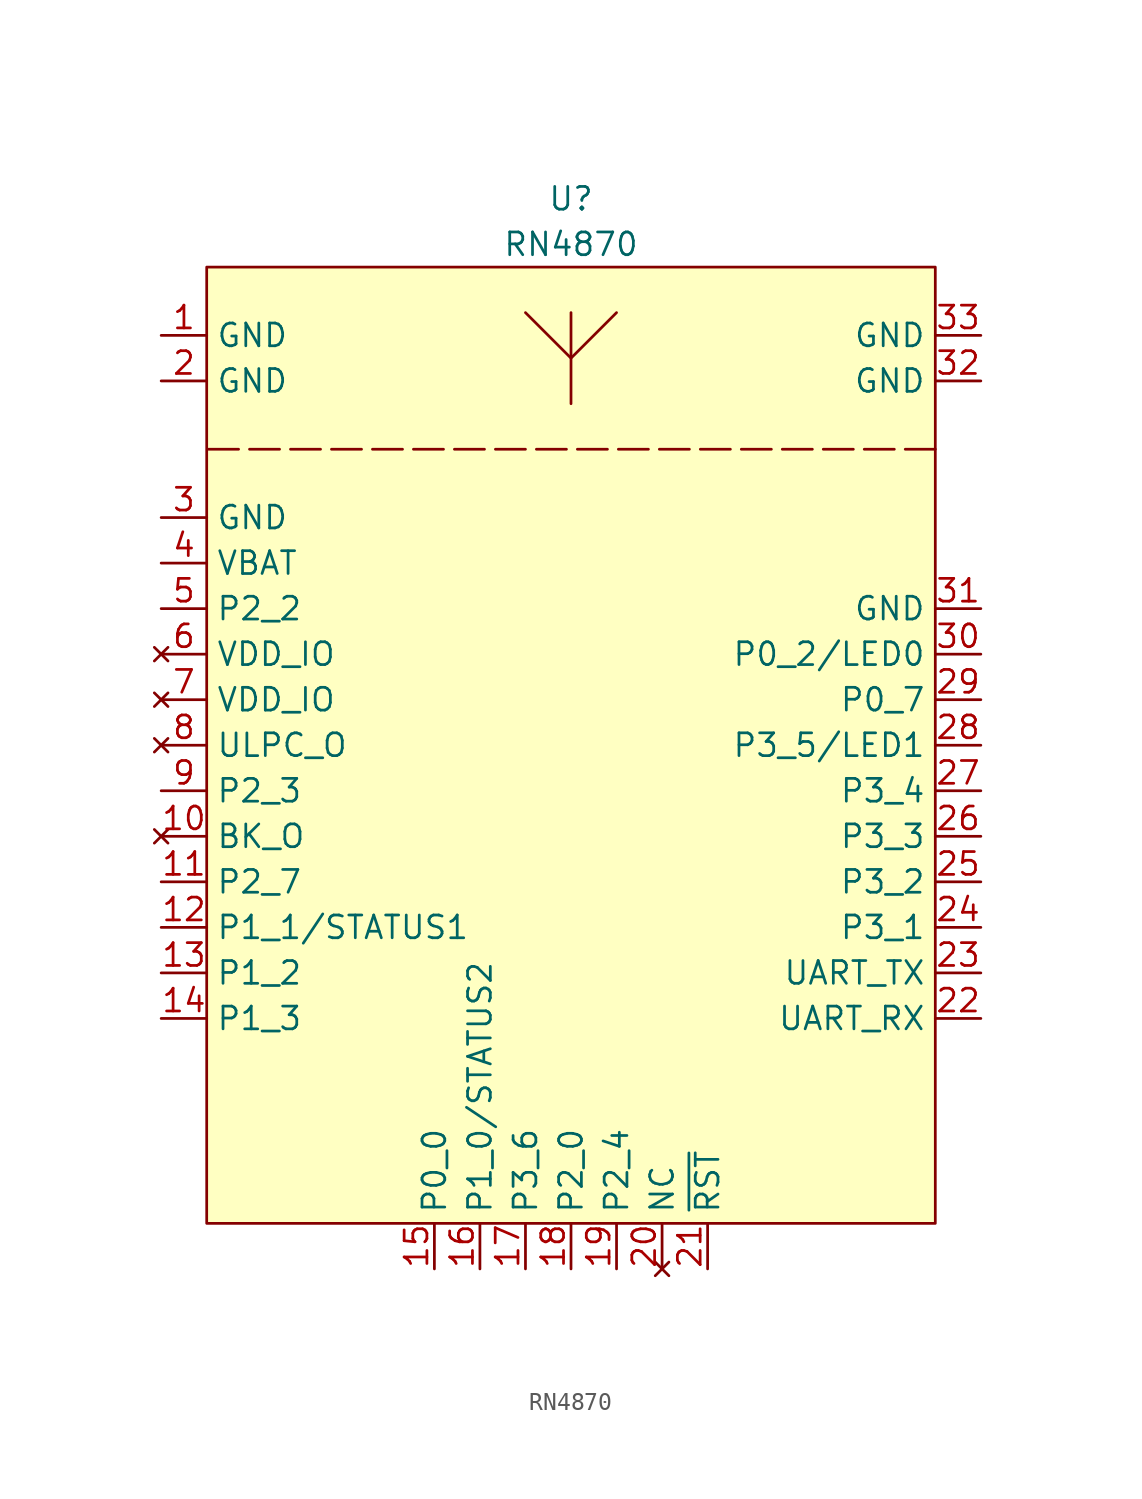
<source format=kicad_sym>
(kicad_symbol_lib
  (version 20220914)
  (generator kicad_symbol_editor)
  (symbol "RN4870"
    (property "Reference" "U"
      (at 0 30.48 0)
      (effects (font (size 1.27 1.27))))
    (property "Value" "RN4870"
      (at 0 27.94 0)
      (effects (font (size 1.27 1.27))))
    (symbol "RN4870_0_1"
      (polyline (pts (xy 0 19.05) (xy 0 24.13)) (stroke (width 0) (type default)) (fill (type none)))
      (polyline (pts (xy 2.54 24.13) (xy 0 21.59) (xy -2.54 24.13)) (stroke (width 0) (type default)) (fill (type none))))
    (symbol "RN4870_1_1"
      (rectangle (start -20.32 26.67) (end 20.32 -26.67) (stroke (width 0) (type default)) (fill (type background)))
      (polyline (pts (xy 20.32 16.51) (xy -20.32 16.51)) (stroke (width 0) (type dash)) (fill (type none)))
      (pin power_in line (at -22.86 22.86 0) (length 2.54) (name "GND" (effects (font (size 1.27 1.27)))) (number "1" (effects (font (size 1.27 1.27)))))
      (pin no_connect line (at -22.86 -5.08 0) (length 2.54) (name "BK_O" (effects (font (size 1.27 1.27)))) (number "10" (effects (font (size 1.27 1.27)))))
      (pin output line (at -22.86 -7.62 0) (length 2.54) (name "P2_7" (effects (font (size 1.27 1.27)))) (number "11" (effects (font (size 1.27 1.27)))))
      (pin bidirectional line (at -22.86 -10.16 0) (length 2.54) (name "P1_1/STATUS1" (effects (font (size 1.27 1.27)))) (number "12" (effects (font (size 1.27 1.27)))))
      (pin bidirectional line (at -22.86 -12.7 0) (length 2.54) (name "P1_2" (effects (font (size 1.27 1.27)))) (number "13" (effects (font (size 1.27 1.27)))))
      (pin bidirectional line (at -22.86 -15.24 0) (length 2.54) (name "P1_3" (effects (font (size 1.27 1.27)))) (number "14" (effects (font (size 1.27 1.27)))))
      (pin bidirectional line (at -7.62 -29.21 90) (length 2.54) (name "P0_0" (effects (font (size 1.27 1.27)))) (number "15" (effects (font (size 1.27 1.27)))))
      (pin bidirectional line (at -5.08 -29.21 90) (length 2.54) (name "P1_0/STATUS2" (effects (font (size 1.27 1.27)))) (number "16" (effects (font (size 1.27 1.27)))))
      (pin bidirectional line (at -2.54 -29.21 90) (length 2.54) (name "P3_6" (effects (font (size 1.27 1.27)))) (number "17" (effects (font (size 1.27 1.27)))))
      (pin input line (at 0 -29.21 90) (length 2.54) (name "P2_0" (effects (font (size 1.27 1.27)))) (number "18" (effects (font (size 1.27 1.27)))))
      (pin bidirectional line (at 2.54 -29.21 90) (length 2.54) (name "P2_4" (effects (font (size 1.27 1.27)))) (number "19" (effects (font (size 1.27 1.27)))))
      (pin power_in line (at -22.86 20.32 0) (length 2.54) (name "GND" (effects (font (size 1.27 1.27)))) (number "2" (effects (font (size 1.27 1.27)))))
      (pin no_connect line (at 5.08 -29.21 90) (length 2.54) (name "NC" (effects (font (size 1.27 1.27)))) (number "20" (effects (font (size 1.27 1.27)))))
      (pin input line (at 7.62 -29.21 90) (length 2.54) (name "~{RST}" (effects (font (size 1.27 1.27)))) (number "21" (effects (font (size 1.27 1.27)))))
      (pin input line (at 22.86 -15.24 180) (length 2.54) (name "UART_RX" (effects (font (size 1.27 1.27)))) (number "22" (effects (font (size 1.27 1.27)))))
      (pin output line (at 22.86 -12.7 180) (length 2.54) (name "UART_TX" (effects (font (size 1.27 1.27)))) (number "23" (effects (font (size 1.27 1.27)))))
      (pin bidirectional line (at 22.86 -10.16 180) (length 2.54) (name "P3_1" (effects (font (size 1.27 1.27)))) (number "24" (effects (font (size 1.27 1.27)))))
      (pin input line (at 22.86 -7.62 180) (length 2.54) (name "P3_2" (effects (font (size 1.27 1.27)))) (number "25" (effects (font (size 1.27 1.27)))))
      (pin input line (at 22.86 -5.08 180) (length 2.54) (name "P3_3" (effects (font (size 1.27 1.27)))) (number "26" (effects (font (size 1.27 1.27)))))
      (pin input line (at 22.86 -2.54 180) (length 2.54) (name "P3_4" (effects (font (size 1.27 1.27)))) (number "27" (effects (font (size 1.27 1.27)))))
      (pin bidirectional line (at 22.86 0 180) (length 2.54) (name "P3_5/LED1" (effects (font (size 1.27 1.27)))) (number "28" (effects (font (size 1.27 1.27)))))
      (pin bidirectional line (at 22.86 2.54 180) (length 2.54) (name "P0_7" (effects (font (size 1.27 1.27)))) (number "29" (effects (font (size 1.27 1.27)))))
      (pin power_in line (at -22.86 12.7 0) (length 2.54) (name "GND" (effects (font (size 1.27 1.27)))) (number "3" (effects (font (size 1.27 1.27)))))
      (pin bidirectional line (at 22.86 5.08 180) (length 2.54) (name "P0_2/LED0" (effects (font (size 1.27 1.27)))) (number "30" (effects (font (size 1.27 1.27)))))
      (pin power_in line (at 22.86 7.62 180) (length 2.54) (name "GND" (effects (font (size 1.27 1.27)))) (number "31" (effects (font (size 1.27 1.27)))))
      (pin power_in line (at 22.86 20.32 180) (length 2.54) (name "GND" (effects (font (size 1.27 1.27)))) (number "32" (effects (font (size 1.27 1.27)))))
      (pin power_in line (at 22.86 22.86 180) (length 2.54) (name "GND" (effects (font (size 1.27 1.27)))) (number "33" (effects (font (size 1.27 1.27)))))
      (pin power_in line (at -22.86 10.16 0) (length 2.54) (name "VBAT" (effects (font (size 1.27 1.27)))) (number "4" (effects (font (size 1.27 1.27)))))
      (pin bidirectional line (at -22.86 7.62 0) (length 2.54) (name "P2_2" (effects (font (size 1.27 1.27)))) (number "5" (effects (font (size 1.27 1.27)))))
      (pin no_connect line (at -22.86 5.08 0) (length 2.54) (name "VDD_IO" (effects (font (size 1.27 1.27)))) (number "6" (effects (font (size 1.27 1.27)))))
      (pin no_connect line (at -22.86 2.54 0) (length 2.54) (name "VDD_IO" (effects (font (size 1.27 1.27)))) (number "7" (effects (font (size 1.27 1.27)))))
      (pin no_connect line (at -22.86 0 0) (length 2.54) (name "ULPC_O" (effects (font (size 1.27 1.27)))) (number "8" (effects (font (size 1.27 1.27)))))
      (pin bidirectional line (at -22.86 -2.54 0) (length 2.54) (name "P2_3" (effects (font (size 1.27 1.27)))) (number "9" (effects (font (size 1.27 1.27))))))))
</source>
